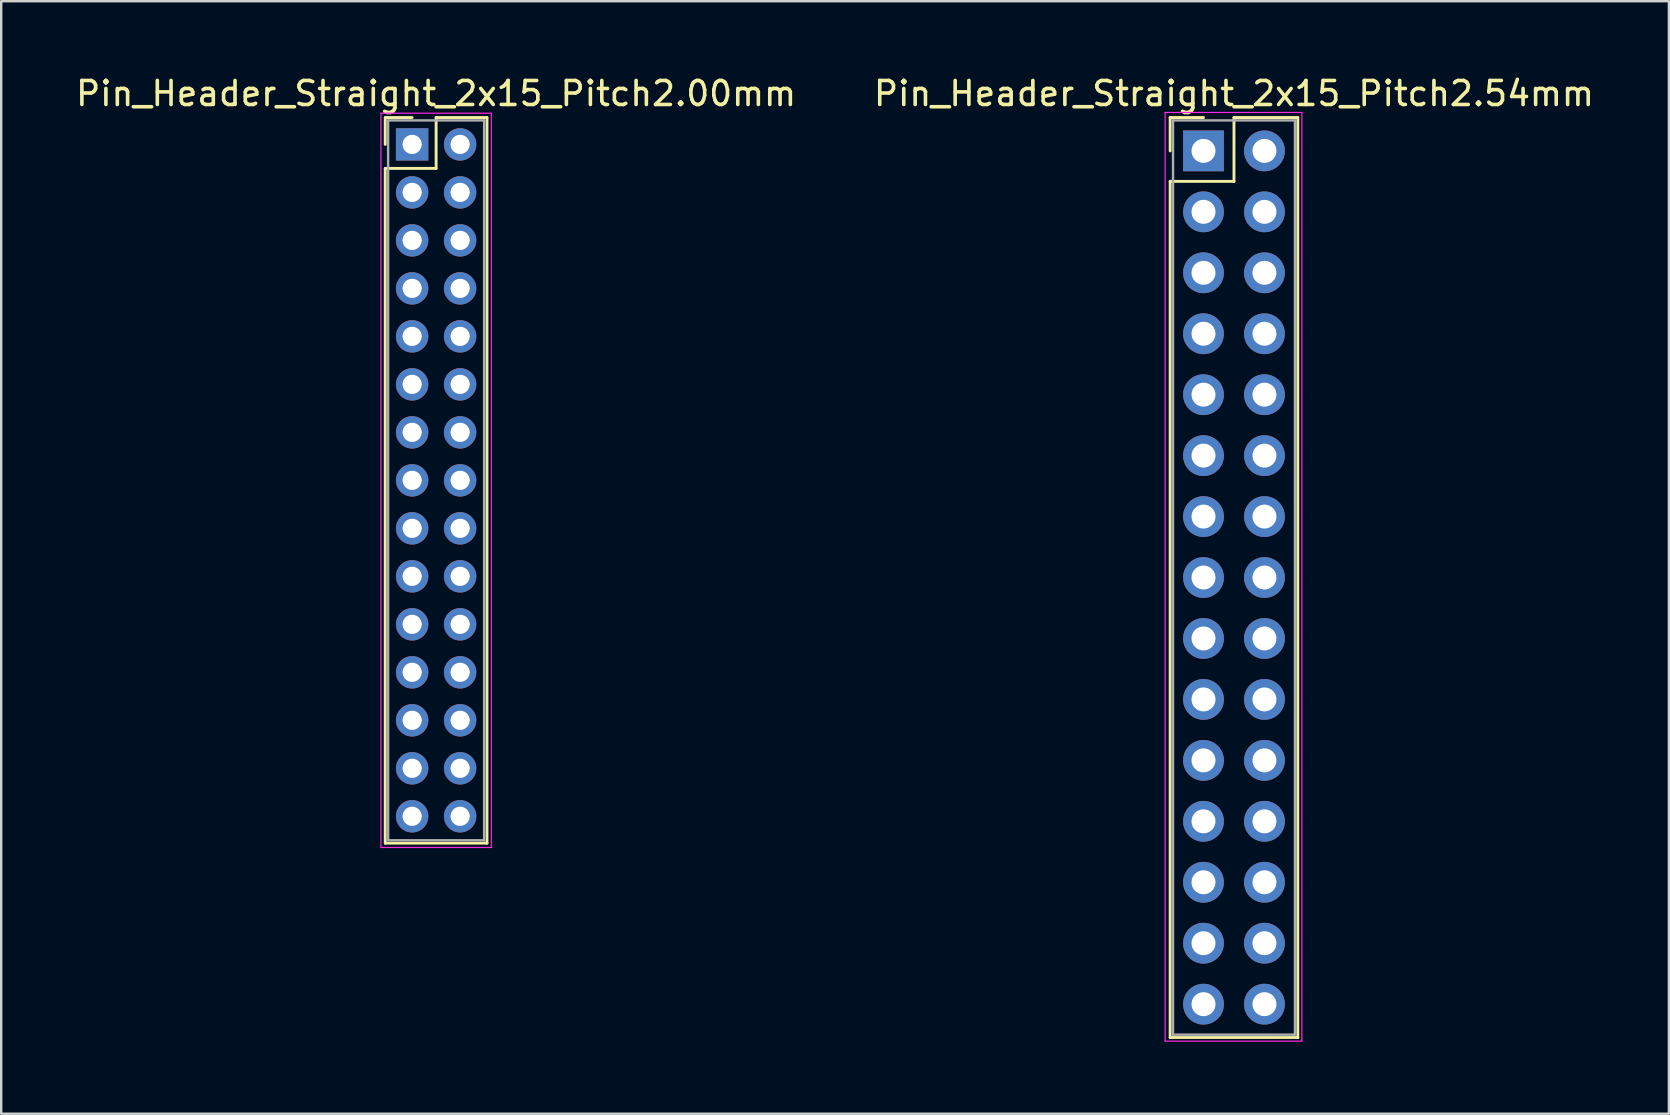
<source format=kicad_pcb>
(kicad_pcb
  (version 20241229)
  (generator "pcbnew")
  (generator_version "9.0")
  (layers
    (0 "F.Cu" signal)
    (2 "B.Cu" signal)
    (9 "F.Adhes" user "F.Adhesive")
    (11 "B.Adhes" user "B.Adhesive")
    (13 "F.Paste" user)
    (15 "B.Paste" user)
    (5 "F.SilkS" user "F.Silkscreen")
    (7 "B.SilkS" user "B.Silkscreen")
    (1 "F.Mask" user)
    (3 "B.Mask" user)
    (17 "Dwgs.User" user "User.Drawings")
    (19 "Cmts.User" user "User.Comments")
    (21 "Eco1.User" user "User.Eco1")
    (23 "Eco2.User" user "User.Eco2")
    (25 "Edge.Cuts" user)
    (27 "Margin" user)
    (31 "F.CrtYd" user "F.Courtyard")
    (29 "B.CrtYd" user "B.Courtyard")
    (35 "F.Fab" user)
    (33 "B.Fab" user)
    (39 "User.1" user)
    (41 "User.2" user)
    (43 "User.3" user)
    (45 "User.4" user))
  (footprint "Pin_Header_Straight_2x15_Pitch2.00mm"
    (layer "F.Cu")
    (at 14.125 2.968)
    (property "Reference" "Pin_Header_Straight_2x15_Pitch2.00mm" (at 1 -2.12 0) (layer "F.SilkS") (effects (font (size 1 1) (thickness 0.15))))
    (attr through_hole)
    (fp_line (start -1.12 -1.12) (end 0 -1.12) (stroke (width 0.12) (type solid)) (layer "F.SilkS"))
    (fp_line (start -1.12 0) (end -1.12 -1.12) (stroke (width 0.12) (type solid)) (layer "F.SilkS"))
    (fp_line (start -1.12 1) (end -1.12 29.12) (stroke (width 0.12) (type solid)) (layer "F.SilkS"))
    (fp_line (start -1.12 29.12) (end 3.12 29.12) (stroke (width 0.12) (type solid)) (layer "F.SilkS"))
    (fp_line (start 1 -1.12) (end 1 1) (stroke (width 0.12) (type solid)) (layer "F.SilkS"))
    (fp_line (start 1 1) (end -1.12 1) (stroke (width 0.12) (type solid)) (layer "F.SilkS"))
    (fp_line (start 3.12 -1.12) (end 1 -1.12) (stroke (width 0.12) (type solid)) (layer "F.SilkS"))
    (fp_line (start 3.12 29.12) (end 3.12 -1.12) (stroke (width 0.12) (type solid)) (layer "F.SilkS"))
    (fp_line (start -1.3 -1.3) (end -1.3 29.3) (stroke (width 0.05) (type solid)) (layer "F.CrtYd"))
    (fp_line (start -1.3 29.3) (end 3.3 29.3) (stroke (width 0.05) (type solid)) (layer "F.CrtYd"))
    (fp_line (start 3.3 -1.3) (end -1.3 -1.3) (stroke (width 0.05) (type solid)) (layer "F.CrtYd"))
    (fp_line (start 3.3 29.3) (end 3.3 -1.3) (stroke (width 0.05) (type solid)) (layer "F.CrtYd"))
    (fp_line (start -1 -1) (end -1 29) (stroke (width 0.1) (type solid)) (layer "F.Fab"))
    (fp_line (start -1 29) (end 3 29) (stroke (width 0.1) (type solid)) (layer "F.Fab"))
    (fp_line (start 3 -1) (end -1 -1) (stroke (width 0.1) (type solid)) (layer "F.Fab"))
    (fp_line (start 3 29) (end 3 -1) (stroke (width 0.1) (type solid)) (layer "F.Fab"))
    (pad "1" thru_hole rect (at 0 0) (size 1.35 1.35) (drill 0.8) (layers "*.Cu" "*.Mask"))
    (pad "2" thru_hole oval (at 2 0) (size 1.35 1.35) (drill 0.8) (layers "*.Cu" "*.Mask"))
    (pad "3" thru_hole oval (at 0 2) (size 1.35 1.35) (drill 0.8) (layers "*.Cu" "*.Mask"))
    (pad "4" thru_hole oval (at 2 2) (size 1.35 1.35) (drill 0.8) (layers "*.Cu" "*.Mask"))
    (pad "5" thru_hole oval (at 0 4) (size 1.35 1.35) (drill 0.8) (layers "*.Cu" "*.Mask"))
    (pad "6" thru_hole oval (at 2 4) (size 1.35 1.35) (drill 0.8) (layers "*.Cu" "*.Mask"))
    (pad "7" thru_hole oval (at 0 6) (size 1.35 1.35) (drill 0.8) (layers "*.Cu" "*.Mask"))
    (pad "8" thru_hole oval (at 2 6) (size 1.35 1.35) (drill 0.8) (layers "*.Cu" "*.Mask"))
    (pad "9" thru_hole oval (at 0 8) (size 1.35 1.35) (drill 0.8) (layers "*.Cu" "*.Mask"))
    (pad "10" thru_hole oval (at 2 8) (size 1.35 1.35) (drill 0.8) (layers "*.Cu" "*.Mask"))
    (pad "11" thru_hole oval (at 0 10) (size 1.35 1.35) (drill 0.8) (layers "*.Cu" "*.Mask"))
    (pad "12" thru_hole oval (at 2 10) (size 1.35 1.35) (drill 0.8) (layers "*.Cu" "*.Mask"))
    (pad "13" thru_hole oval (at 0 12) (size 1.35 1.35) (drill 0.8) (layers "*.Cu" "*.Mask"))
    (pad "14" thru_hole oval (at 2 12) (size 1.35 1.35) (drill 0.8) (layers "*.Cu" "*.Mask"))
    (pad "15" thru_hole oval (at 0 14) (size 1.35 1.35) (drill 0.8) (layers "*.Cu" "*.Mask"))
    (pad "16" thru_hole oval (at 2 14) (size 1.35 1.35) (drill 0.8) (layers "*.Cu" "*.Mask"))
    (pad "17" thru_hole oval (at 0 16) (size 1.35 1.35) (drill 0.8) (layers "*.Cu" "*.Mask"))
    (pad "18" thru_hole oval (at 2 16) (size 1.35 1.35) (drill 0.8) (layers "*.Cu" "*.Mask"))
    (pad "19" thru_hole oval (at 0 18) (size 1.35 1.35) (drill 0.8) (layers "*.Cu" "*.Mask"))
    (pad "20" thru_hole oval (at 2 18) (size 1.35 1.35) (drill 0.8) (layers "*.Cu" "*.Mask"))
    (pad "21" thru_hole oval (at 0 20) (size 1.35 1.35) (drill 0.8) (layers "*.Cu" "*.Mask"))
    (pad "22" thru_hole oval (at 2 20) (size 1.35 1.35) (drill 0.8) (layers "*.Cu" "*.Mask"))
    (pad "23" thru_hole oval (at 0 22) (size 1.35 1.35) (drill 0.8) (layers "*.Cu" "*.Mask"))
    (pad "24" thru_hole oval (at 2 22) (size 1.35 1.35) (drill 0.8) (layers "*.Cu" "*.Mask"))
    (pad "25" thru_hole oval (at 0 24) (size 1.35 1.35) (drill 0.8) (layers "*.Cu" "*.Mask"))
    (pad "26" thru_hole oval (at 2 24) (size 1.35 1.35) (drill 0.8) (layers "*.Cu" "*.Mask"))
    (pad "27" thru_hole oval (at 0 26) (size 1.35 1.35) (drill 0.8) (layers "*.Cu" "*.Mask"))
    (pad "28" thru_hole oval (at 2 26) (size 1.35 1.35) (drill 0.8) (layers "*.Cu" "*.Mask"))
    (pad "29" thru_hole oval (at 0 28) (size 1.35 1.35) (drill 0.8) (layers "*.Cu" "*.Mask"))
    (pad "30" thru_hole oval (at 2 28) (size 1.35 1.35) (drill 0.8) (layers "*.Cu" "*.Mask")))
  (footprint "Pin_Header_Straight_2x15_Pitch2.54mm"
    (layer "F.Cu")
    (at 47.105 3.238)
    (property "Reference" "Pin_Header_Straight_2x15_Pitch2.54mm" (at 1.27 -2.39 0) (layer "F.SilkS") (effects (font (size 1 1) (thickness 0.15))))
    (attr through_hole)
    (fp_line (start -1.39 -1.39) (end 0 -1.39) (stroke (width 0.12) (type solid)) (layer "F.SilkS"))
    (fp_line (start -1.39 0) (end -1.39 -1.39) (stroke (width 0.12) (type solid)) (layer "F.SilkS"))
    (fp_line (start -1.39 1.27) (end -1.39 36.95) (stroke (width 0.12) (type solid)) (layer "F.SilkS"))
    (fp_line (start -1.39 36.95) (end 3.93 36.95) (stroke (width 0.12) (type solid)) (layer "F.SilkS"))
    (fp_line (start 1.27 -1.39) (end 1.27 1.27) (stroke (width 0.12) (type solid)) (layer "F.SilkS"))
    (fp_line (start 1.27 1.27) (end -1.39 1.27) (stroke (width 0.12) (type solid)) (layer "F.SilkS"))
    (fp_line (start 3.93 -1.39) (end 1.27 -1.39) (stroke (width 0.12) (type solid)) (layer "F.SilkS"))
    (fp_line (start 3.93 36.95) (end 3.93 -1.39) (stroke (width 0.12) (type solid)) (layer "F.SilkS"))
    (fp_line (start -1.6 -1.6) (end -1.6 37.1) (stroke (width 0.05) (type solid)) (layer "F.CrtYd"))
    (fp_line (start -1.6 37.1) (end 4.1 37.1) (stroke (width 0.05) (type solid)) (layer "F.CrtYd"))
    (fp_line (start 4.1 -1.6) (end -1.6 -1.6) (stroke (width 0.05) (type solid)) (layer "F.CrtYd"))
    (fp_line (start 4.1 37.1) (end 4.1 -1.6) (stroke (width 0.05) (type solid)) (layer "F.CrtYd"))
    (fp_line (start -1.27 -1.27) (end -1.27 36.83) (stroke (width 0.1) (type solid)) (layer "F.Fab"))
    (fp_line (start -1.27 36.83) (end 3.81 36.83) (stroke (width 0.1) (type solid)) (layer "F.Fab"))
    (fp_line (start 3.81 -1.27) (end -1.27 -1.27) (stroke (width 0.1) (type solid)) (layer "F.Fab"))
    (fp_line (start 3.81 36.83) (end 3.81 -1.27) (stroke (width 0.1) (type solid)) (layer "F.Fab"))
    (pad "1" thru_hole rect (at 0 0) (size 1.7 1.7) (drill 1) (layers "*.Cu" "*.Mask"))
    (pad "2" thru_hole oval (at 2.54 0) (size 1.7 1.7) (drill 1) (layers "*.Cu" "*.Mask"))
    (pad "3" thru_hole oval (at 0 2.54) (size 1.7 1.7) (drill 1) (layers "*.Cu" "*.Mask"))
    (pad "4" thru_hole oval (at 2.54 2.54) (size 1.7 1.7) (drill 1) (layers "*.Cu" "*.Mask"))
    (pad "5" thru_hole oval (at 0 5.08) (size 1.7 1.7) (drill 1) (layers "*.Cu" "*.Mask"))
    (pad "6" thru_hole oval (at 2.54 5.08) (size 1.7 1.7) (drill 1) (layers "*.Cu" "*.Mask"))
    (pad "7" thru_hole oval (at 0 7.62) (size 1.7 1.7) (drill 1) (layers "*.Cu" "*.Mask"))
    (pad "8" thru_hole oval (at 2.54 7.62) (size 1.7 1.7) (drill 1) (layers "*.Cu" "*.Mask"))
    (pad "9" thru_hole oval (at 0 10.16) (size 1.7 1.7) (drill 1) (layers "*.Cu" "*.Mask"))
    (pad "10" thru_hole oval (at 2.54 10.16) (size 1.7 1.7) (drill 1) (layers "*.Cu" "*.Mask"))
    (pad "11" thru_hole oval (at 0 12.7) (size 1.7 1.7) (drill 1) (layers "*.Cu" "*.Mask"))
    (pad "12" thru_hole oval (at 2.54 12.7) (size 1.7 1.7) (drill 1) (layers "*.Cu" "*.Mask"))
    (pad "13" thru_hole oval (at 0 15.24) (size 1.7 1.7) (drill 1) (layers "*.Cu" "*.Mask"))
    (pad "14" thru_hole oval (at 2.54 15.24) (size 1.7 1.7) (drill 1) (layers "*.Cu" "*.Mask"))
    (pad "15" thru_hole oval (at 0 17.78) (size 1.7 1.7) (drill 1) (layers "*.Cu" "*.Mask"))
    (pad "16" thru_hole oval (at 2.54 17.78) (size 1.7 1.7) (drill 1) (layers "*.Cu" "*.Mask"))
    (pad "17" thru_hole oval (at 0 20.32) (size 1.7 1.7) (drill 1) (layers "*.Cu" "*.Mask"))
    (pad "18" thru_hole oval (at 2.54 20.32) (size 1.7 1.7) (drill 1) (layers "*.Cu" "*.Mask"))
    (pad "19" thru_hole oval (at 0 22.86) (size 1.7 1.7) (drill 1) (layers "*.Cu" "*.Mask"))
    (pad "20" thru_hole oval (at 2.54 22.86) (size 1.7 1.7) (drill 1) (layers "*.Cu" "*.Mask"))
    (pad "21" thru_hole oval (at 0 25.4) (size 1.7 1.7) (drill 1) (layers "*.Cu" "*.Mask"))
    (pad "22" thru_hole oval (at 2.54 25.4) (size 1.7 1.7) (drill 1) (layers "*.Cu" "*.Mask"))
    (pad "23" thru_hole oval (at 0 27.94) (size 1.7 1.7) (drill 1) (layers "*.Cu" "*.Mask"))
    (pad "24" thru_hole oval (at 2.54 27.94) (size 1.7 1.7) (drill 1) (layers "*.Cu" "*.Mask"))
    (pad "25" thru_hole oval (at 0 30.48) (size 1.7 1.7) (drill 1) (layers "*.Cu" "*.Mask"))
    (pad "26" thru_hole oval (at 2.54 30.48) (size 1.7 1.7) (drill 1) (layers "*.Cu" "*.Mask"))
    (pad "27" thru_hole oval (at 0 33.02) (size 1.7 1.7) (drill 1) (layers "*.Cu" "*.Mask"))
    (pad "28" thru_hole oval (at 2.54 33.02) (size 1.7 1.7) (drill 1) (layers "*.Cu" "*.Mask"))
    (pad "29" thru_hole oval (at 0 35.56) (size 1.7 1.7) (drill 1) (layers "*.Cu" "*.Mask"))
    (pad "30" thru_hole oval (at 2.54 35.56) (size 1.7 1.7) (drill 1) (layers "*.Cu" "*.Mask")))
  (gr_rect
    (start -3 -3)
    (end 66.5 43.363)
    (stroke (width 0.1) (type default))
    (fill no)
    (layer "Edge.Cuts")))
</source>
